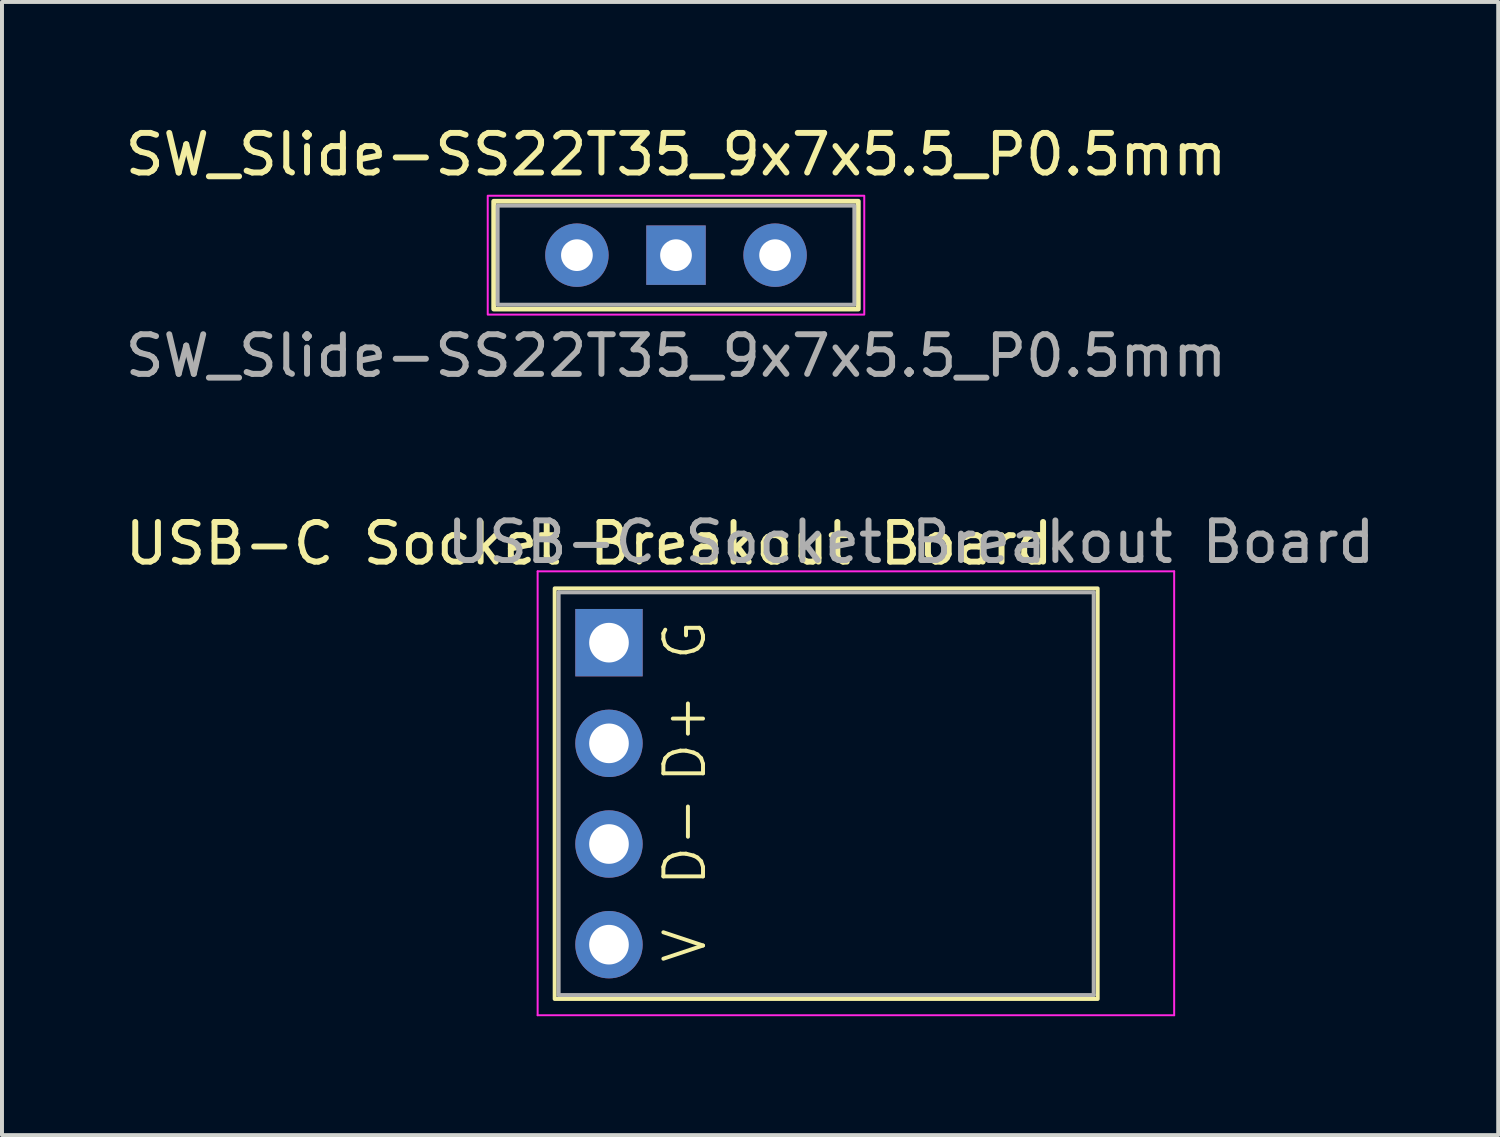
<source format=kicad_pcb>
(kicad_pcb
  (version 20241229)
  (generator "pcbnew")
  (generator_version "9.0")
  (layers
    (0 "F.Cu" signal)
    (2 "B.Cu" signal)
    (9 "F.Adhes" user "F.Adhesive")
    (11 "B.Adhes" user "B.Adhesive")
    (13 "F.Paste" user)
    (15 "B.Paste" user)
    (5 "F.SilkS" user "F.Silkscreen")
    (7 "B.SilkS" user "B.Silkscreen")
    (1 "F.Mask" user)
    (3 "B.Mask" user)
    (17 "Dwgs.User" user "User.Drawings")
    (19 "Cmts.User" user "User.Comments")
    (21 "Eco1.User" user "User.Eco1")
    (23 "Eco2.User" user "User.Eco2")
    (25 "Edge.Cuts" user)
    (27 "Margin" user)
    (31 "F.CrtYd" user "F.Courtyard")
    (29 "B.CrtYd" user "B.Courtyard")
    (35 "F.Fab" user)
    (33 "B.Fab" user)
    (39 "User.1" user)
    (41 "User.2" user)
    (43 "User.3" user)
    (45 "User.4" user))
  (footprint "USB-C Socket Breakout Board"
    (layer "F.Cu")
    (at 12.315 13.165)
    (property "Reference" "USB-C Socket Breakout Board" (at -0.5 -2.5 0) (layer "F.SilkS") (effects (font (size 1 1) (thickness 0.15))))
    (attr through_hole)
    (fp_rect (start -1.37 -1.37) (end 12.33 8.99) (stroke (width 0.1) (type default)) (fill no) (layer "F.SilkS"))
    (fp_line (start -1.8 -1.8) (end -1.8 9.4) (stroke (width 0.05) (type solid)) (layer "F.CrtYd"))
    (fp_line (start -1.8 9.4) (end 14.26 9.4) (stroke (width 0.05) (type solid)) (layer "F.CrtYd"))
    (fp_line (start 14.26 -1.8) (end -1.8 -1.8) (stroke (width 0.05) (type solid)) (layer "F.CrtYd"))
    (fp_line (start 14.26 9.4) (end 14.26 -1.8) (stroke (width 0.05) (type solid)) (layer "F.CrtYd"))
    (fp_line (start -1.27 -1.27) (end 12.23 -1.27) (stroke (width 0.1) (type solid)) (layer "F.Fab"))
    (fp_line (start -1.27 8.89) (end -1.27 -1.27) (stroke (width 0.1) (type solid)) (layer "F.Fab"))
    (fp_line (start 12.23 -1.27) (end 12.23 8.89) (stroke (width 0.1) (type solid)) (layer "F.Fab"))
    (fp_line (start 12.23 8.89) (end -1.27 8.89) (stroke (width 0.1) (type solid)) (layer "F.Fab"))
    (fp_text user "D+" (at 2.5 3.6 90) (unlocked yes) (layer "F.SilkS") (effects (font (size 1 1) (thickness 0.1)) (justify left bottom)))
    (fp_text user "G" (at 2.5 0.5 90) (unlocked yes) (layer "F.SilkS") (effects (font (size 1 1) (thickness 0.1)) (justify left bottom)))
    (fp_text user "D-" (at 2.5 6.2 90) (unlocked yes) (layer "F.SilkS") (effects (font (size 1 1) (thickness 0.1)) (justify left bottom)))
    (fp_text user "V" (at 2.5 8.135 90) (unlocked yes) (layer "F.SilkS") (effects (font (size 1 1) (thickness 0.1)) (justify left bottom)))
    (fp_text user "${REFERENCE}" (at 7.62 -2.54 180) (layer "F.Fab") (effects (font (size 1 1) (thickness 0.15))))
    (pad "1" thru_hole rect (at 0 0) (size 1.7 1.7) (drill 1) (layers "*.Cu" "*.Mask"))
    (pad "2" thru_hole oval (at 0 2.54) (size 1.7 1.7) (drill 1) (layers "*.Cu" "*.Mask"))
    (pad "3" thru_hole oval (at 0 5.08) (size 1.7 1.7) (drill 1) (layers "*.Cu" "*.Mask"))
    (pad "4" thru_hole oval (at 0 7.62) (size 1.7 1.7) (drill 1) (layers "*.Cu" "*.Mask")))
  (footprint "SW_Slide-SS22T35_9x7x5.5_P0.5mm"
    (layer "F.Cu")
    (at 14.006 3.388)
    (property "Reference" "SW_Slide-SS22T35_9x7x5.5_P0.5mm" (at 0 -2.54 0) (layer "F.SilkS") (effects (font (size 1 1) (thickness 0.15))))
    (attr through_hole)
    (fp_rect (start -4.6 -1.36) (end 4.6 1.36) (stroke (width 0.12) (type default)) (fill no) (layer "F.SilkS"))
    (fp_rect (start -4.75 -1.5) (end 4.75 1.5) (stroke (width 0.05) (type default)) (fill no) (layer "F.CrtYd"))
    (fp_rect (start -4.5 -1.25) (end 4.5 1.25) (stroke (width 0.1) (type default)) (fill no) (layer "F.Fab"))
    (fp_text user "${REFERENCE}" (at 0 2.54 0) (layer "F.Fab") (effects (font (size 1 1) (thickness 0.15))))
    (pad "1" thru_hole rect (at 0 0) (size 1.5 1.5) (drill 0.8) (layers "*.Cu" "*.Mask"))
    (pad "2" thru_hole circle (at -2.5 0) (size 1.6 1.6) (drill 0.8) (layers "*.Cu" "*.Mask"))
    (pad "3" thru_hole circle (at 2.5 0) (size 1.6 1.6) (drill 0.8) (layers "*.Cu" "*.Mask")))
  (gr_rect
    (start -3 -3)
    (end 34.751 25.59)
    (stroke (width 0.1) (type default))
    (fill no)
    (layer "Edge.Cuts")))
</source>
